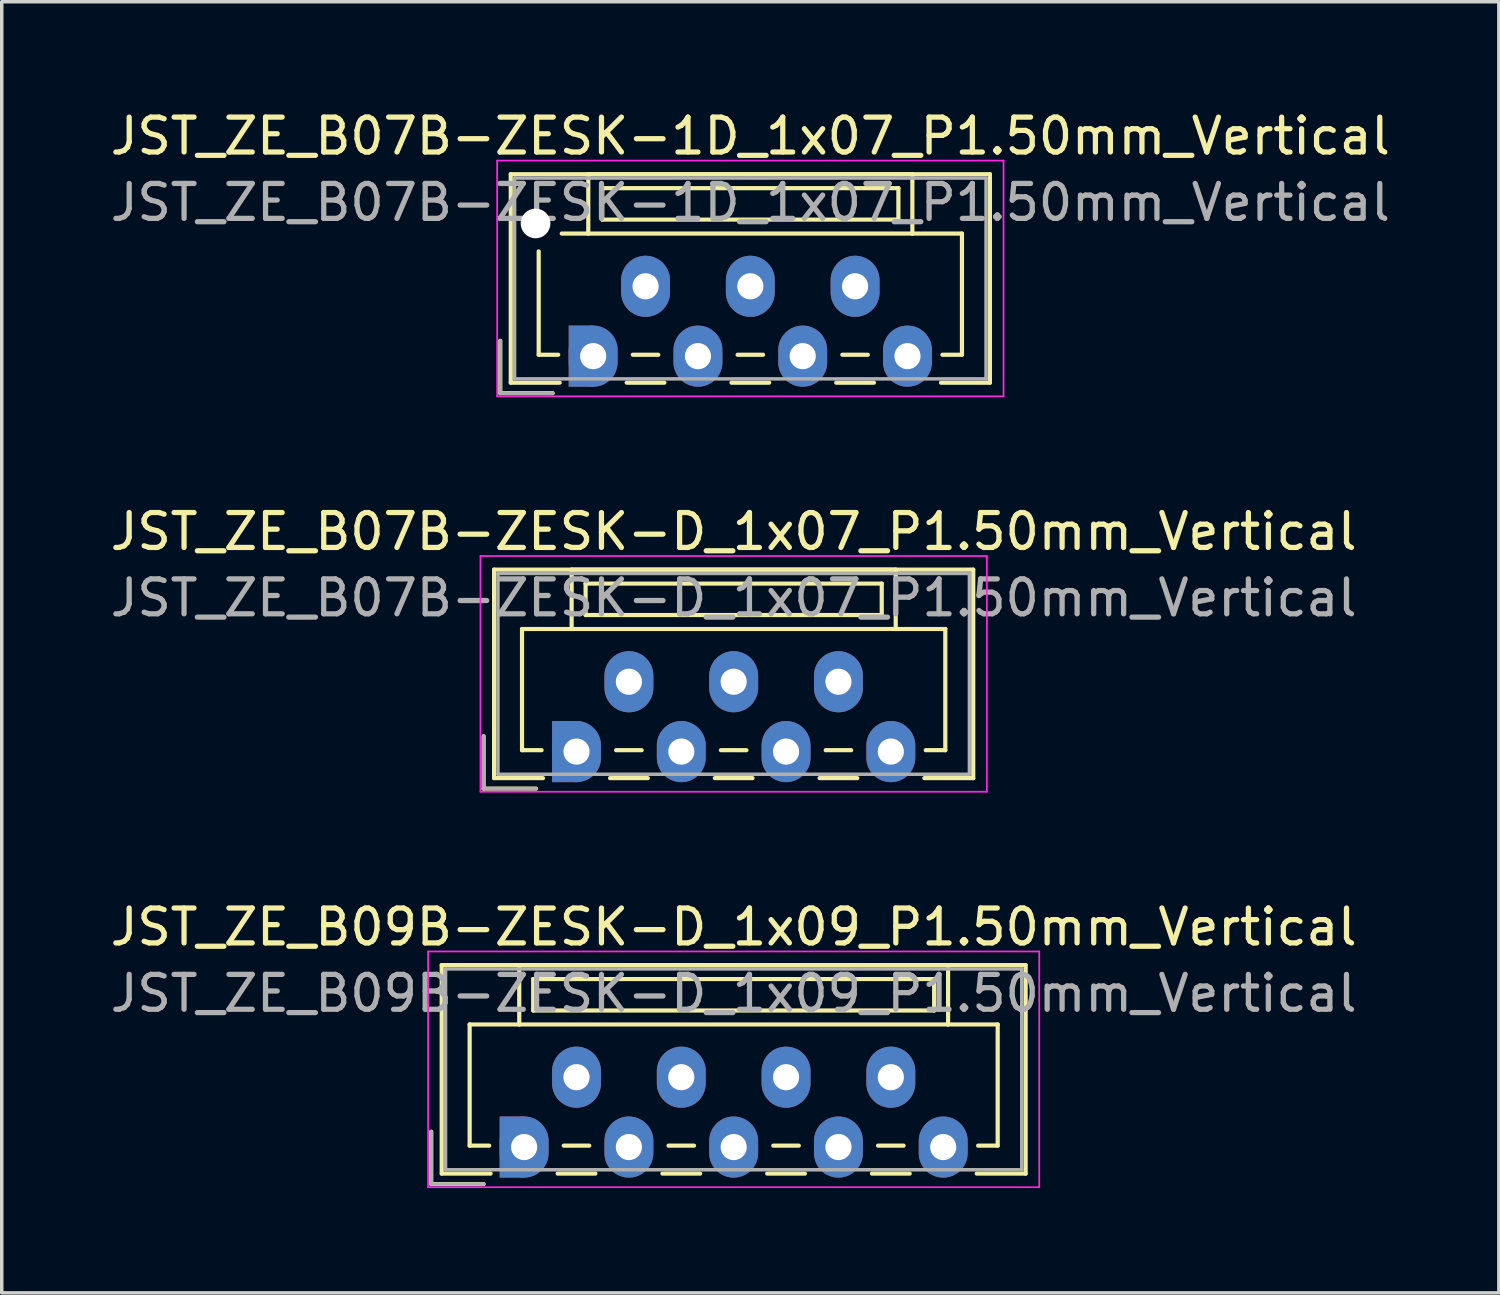
<source format=kicad_pcb>
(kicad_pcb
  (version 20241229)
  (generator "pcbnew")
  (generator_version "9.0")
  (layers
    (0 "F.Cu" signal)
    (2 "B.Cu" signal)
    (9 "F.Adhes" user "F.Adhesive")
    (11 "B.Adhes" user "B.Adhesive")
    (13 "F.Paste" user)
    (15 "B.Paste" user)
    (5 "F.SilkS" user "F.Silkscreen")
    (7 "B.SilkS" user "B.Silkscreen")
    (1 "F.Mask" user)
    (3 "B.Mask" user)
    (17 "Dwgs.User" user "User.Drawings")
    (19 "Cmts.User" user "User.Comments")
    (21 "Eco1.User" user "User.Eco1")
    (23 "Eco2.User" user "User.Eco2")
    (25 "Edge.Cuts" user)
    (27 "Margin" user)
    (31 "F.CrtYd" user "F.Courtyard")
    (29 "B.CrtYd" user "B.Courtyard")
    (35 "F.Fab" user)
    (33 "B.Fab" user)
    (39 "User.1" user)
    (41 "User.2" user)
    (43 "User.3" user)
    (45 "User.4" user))
  (footprint "JST_ZE_B07B-ZESK-1D_1x07_P1.50mm_Vertical"
    (layer "F.Cu")
    (at 13.935 7.148)
    (property "Reference" "JST_ZE_B07B-ZESK-1D_1x07_P1.50mm_Vertical" (at 4.5 -6.3 0) (layer "F.SilkS") (effects (font (size 1 1) (thickness 0.15))))
    (attr through_hole)
    (fp_line (start -2.66 -0.44) (end -2.66 1.06) (stroke (width 0.12) (type solid)) (layer "F.SilkS"))
    (fp_line (start -2.66 1.06) (end -1.16 1.06) (stroke (width 0.12) (type solid)) (layer "F.SilkS"))
    (fp_line (start -2.36 -5.21) (end 11.36 -5.21) (stroke (width 0.12) (type solid)) (layer "F.SilkS"))
    (fp_line (start -2.36 0.76) (end -2.36 -5.21) (stroke (width 0.12) (type solid)) (layer "F.SilkS"))
    (fp_line (start -1.56 -3) (end -1.56 -0.04) (stroke (width 0.12) (type solid)) (layer "F.SilkS"))
    (fp_line (start -1.56 -0.04) (end -1 -0.04) (stroke (width 0.12) (type solid)) (layer "F.SilkS"))
    (fp_line (start -0.96 0.76) (end -2.36 0.76) (stroke (width 0.12) (type solid)) (layer "F.SilkS"))
    (fp_line (start -0.14 -5.21) (end -0.14 -3.51) (stroke (width 0.12) (type solid)) (layer "F.SilkS"))
    (fp_line (start -0.14 -3.51) (end -0.9 -3.51) (stroke (width 0.12) (type solid)) (layer "F.SilkS"))
    (fp_line (start -0.14 -3.51) (end 9.14 -3.51) (stroke (width 0.12) (type solid)) (layer "F.SilkS"))
    (fp_line (start 0.26 -4.81) (end 0.26 -3.91) (stroke (width 0.12) (type solid)) (layer "F.SilkS"))
    (fp_line (start 0.26 -3.91) (end 8.74 -3.91) (stroke (width 0.12) (type solid)) (layer "F.SilkS"))
    (fp_line (start 0.96 0.76) (end 2.04 0.76) (stroke (width 0.12) (type solid)) (layer "F.SilkS"))
    (fp_line (start 1.135 -0.04) (end 1.865 -0.04) (stroke (width 0.12) (type solid)) (layer "F.SilkS"))
    (fp_line (start 3.96 0.76) (end 5.04 0.76) (stroke (width 0.12) (type solid)) (layer "F.SilkS"))
    (fp_line (start 4.135 -0.04) (end 4.865 -0.04) (stroke (width 0.12) (type solid)) (layer "F.SilkS"))
    (fp_line (start 6.96 0.76) (end 8.04 0.76) (stroke (width 0.12) (type solid)) (layer "F.SilkS"))
    (fp_line (start 7.135 -0.04) (end 7.865 -0.04) (stroke (width 0.12) (type solid)) (layer "F.SilkS"))
    (fp_line (start 8.74 -4.81) (end 0.26 -4.81) (stroke (width 0.12) (type solid)) (layer "F.SilkS"))
    (fp_line (start 8.74 -3.91) (end 8.74 -4.81) (stroke (width 0.12) (type solid)) (layer "F.SilkS"))
    (fp_line (start 9.14 -5.21) (end -0.14 -5.21) (stroke (width 0.12) (type solid)) (layer "F.SilkS"))
    (fp_line (start 9.14 -3.51) (end 9.14 -5.21) (stroke (width 0.12) (type solid)) (layer "F.SilkS"))
    (fp_line (start 9.14 -3.51) (end 10.56 -3.51) (stroke (width 0.12) (type solid)) (layer "F.SilkS"))
    (fp_line (start 10.56 -3.51) (end 10.56 -0.04) (stroke (width 0.12) (type solid)) (layer "F.SilkS"))
    (fp_line (start 10.56 -0.04) (end 10 -0.04) (stroke (width 0.12) (type solid)) (layer "F.SilkS"))
    (fp_line (start 11.36 -5.21) (end 11.36 0.76) (stroke (width 0.12) (type solid)) (layer "F.SilkS"))
    (fp_line (start 11.36 0.76) (end 9.96 0.76) (stroke (width 0.12) (type solid)) (layer "F.SilkS"))
    (fp_line (start -2.75 -5.6) (end -2.75 1.15) (stroke (width 0.05) (type solid)) (layer "F.CrtYd"))
    (fp_line (start -2.75 1.15) (end 11.75 1.15) (stroke (width 0.05) (type solid)) (layer "F.CrtYd"))
    (fp_line (start 11.75 -5.6) (end -2.75 -5.6) (stroke (width 0.05) (type solid)) (layer "F.CrtYd"))
    (fp_line (start 11.75 1.15) (end 11.75 -5.6) (stroke (width 0.05) (type solid)) (layer "F.CrtYd"))
    (fp_line (start -2.66 -0.44) (end -2.66 1.06) (stroke (width 0.1) (type solid)) (layer "F.Fab"))
    (fp_line (start -2.66 1.06) (end -1.16 1.06) (stroke (width 0.1) (type solid)) (layer "F.Fab"))
    (fp_line (start -2.25 -5.1) (end -2.25 0.65) (stroke (width 0.1) (type solid)) (layer "F.Fab"))
    (fp_line (start -2.25 0.65) (end 11.25 0.65) (stroke (width 0.1) (type solid)) (layer "F.Fab"))
    (fp_line (start 11.25 -5.1) (end -2.25 -5.1) (stroke (width 0.1) (type solid)) (layer "F.Fab"))
    (fp_line (start 11.25 0.65) (end 11.25 -5.1) (stroke (width 0.1) (type solid)) (layer "F.Fab"))
    (fp_text user "${REFERENCE}" (at 4.5 -4.4 0) (layer "F.Fab") (effects (font (size 1 1) (thickness 0.15))))
    (pad "" np_thru_hole circle (at -1.65 -3.8) (size 0.85 0.85) (drill 0.85) (layers "*.Cu" "*.Mask"))
    (pad "1" smd rect (at -0.35 0) (size 0.7 1.75) (layers "F.Cu" "F.Mask"))
    (pad "1" smd rect (at -0.35 0) (size 0.7 1.75) (layers "B.Cu" "B.Mask"))
    (pad "1" thru_hole oval (at 0 0) (size 1.4 1.75) (drill 0.75) (layers "*.Cu" "*.Mask"))
    (pad "2" thru_hole oval (at 1.5 -2) (size 1.4 1.75) (drill 0.75) (layers "*.Cu" "*.Mask"))
    (pad "3" thru_hole oval (at 3 0) (size 1.4 1.75) (drill 0.75) (layers "*.Cu" "*.Mask"))
    (pad "4" thru_hole oval (at 4.5 -2) (size 1.4 1.75) (drill 0.75) (layers "*.Cu" "*.Mask"))
    (pad "5" thru_hole oval (at 6 0) (size 1.4 1.75) (drill 0.75) (layers "*.Cu" "*.Mask"))
    (pad "6" thru_hole oval (at 7.5 -2) (size 1.4 1.75) (drill 0.75) (layers "*.Cu" "*.Mask"))
    (pad "7" thru_hole oval (at 9 0) (size 1.4 1.75) (drill 0.75) (layers "*.Cu" "*.Mask")))
  (footprint "JST_ZE_B07B-ZESK-D_1x07_P1.50mm_Vertical"
    (layer "F.Cu")
    (at 13.458 18.471)
    (property "Reference" "JST_ZE_B07B-ZESK-D_1x07_P1.50mm_Vertical" (at 4.5 -6.3 0) (layer "F.SilkS") (effects (font (size 1 1) (thickness 0.15))))
    (attr through_hole)
    (fp_line (start -2.66 -0.44) (end -2.66 1.06) (stroke (width 0.12) (type solid)) (layer "F.SilkS"))
    (fp_line (start -2.66 1.06) (end -1.16 1.06) (stroke (width 0.12) (type solid)) (layer "F.SilkS"))
    (fp_line (start -2.36 -5.21) (end 11.36 -5.21) (stroke (width 0.12) (type solid)) (layer "F.SilkS"))
    (fp_line (start -2.36 0.76) (end -2.36 -5.21) (stroke (width 0.12) (type solid)) (layer "F.SilkS"))
    (fp_line (start -1.56 -3.51) (end -1.56 -0.04) (stroke (width 0.12) (type solid)) (layer "F.SilkS"))
    (fp_line (start -1.56 -0.04) (end -1 -0.04) (stroke (width 0.12) (type solid)) (layer "F.SilkS"))
    (fp_line (start -0.96 0.76) (end -2.36 0.76) (stroke (width 0.12) (type solid)) (layer "F.SilkS"))
    (fp_line (start -0.14 -5.21) (end -0.14 -3.51) (stroke (width 0.12) (type solid)) (layer "F.SilkS"))
    (fp_line (start -0.14 -3.51) (end -1.56 -3.51) (stroke (width 0.12) (type solid)) (layer "F.SilkS"))
    (fp_line (start -0.14 -3.51) (end 9.14 -3.51) (stroke (width 0.12) (type solid)) (layer "F.SilkS"))
    (fp_line (start 0.26 -4.81) (end 0.26 -3.91) (stroke (width 0.12) (type solid)) (layer "F.SilkS"))
    (fp_line (start 0.26 -3.91) (end 8.74 -3.91) (stroke (width 0.12) (type solid)) (layer "F.SilkS"))
    (fp_line (start 0.96 0.76) (end 2.04 0.76) (stroke (width 0.12) (type solid)) (layer "F.SilkS"))
    (fp_line (start 1.135 -0.04) (end 1.865 -0.04) (stroke (width 0.12) (type solid)) (layer "F.SilkS"))
    (fp_line (start 3.96 0.76) (end 5.04 0.76) (stroke (width 0.12) (type solid)) (layer "F.SilkS"))
    (fp_line (start 4.135 -0.04) (end 4.865 -0.04) (stroke (width 0.12) (type solid)) (layer "F.SilkS"))
    (fp_line (start 6.96 0.76) (end 8.04 0.76) (stroke (width 0.12) (type solid)) (layer "F.SilkS"))
    (fp_line (start 7.135 -0.04) (end 7.865 -0.04) (stroke (width 0.12) (type solid)) (layer "F.SilkS"))
    (fp_line (start 8.74 -4.81) (end 0.26 -4.81) (stroke (width 0.12) (type solid)) (layer "F.SilkS"))
    (fp_line (start 8.74 -3.91) (end 8.74 -4.81) (stroke (width 0.12) (type solid)) (layer "F.SilkS"))
    (fp_line (start 9.14 -5.21) (end -0.14 -5.21) (stroke (width 0.12) (type solid)) (layer "F.SilkS"))
    (fp_line (start 9.14 -3.51) (end 9.14 -5.21) (stroke (width 0.12) (type solid)) (layer "F.SilkS"))
    (fp_line (start 9.14 -3.51) (end 10.56 -3.51) (stroke (width 0.12) (type solid)) (layer "F.SilkS"))
    (fp_line (start 10.56 -3.51) (end 10.56 -0.04) (stroke (width 0.12) (type solid)) (layer "F.SilkS"))
    (fp_line (start 10.56 -0.04) (end 10 -0.04) (stroke (width 0.12) (type solid)) (layer "F.SilkS"))
    (fp_line (start 11.36 -5.21) (end 11.36 0.76) (stroke (width 0.12) (type solid)) (layer "F.SilkS"))
    (fp_line (start 11.36 0.76) (end 9.96 0.76) (stroke (width 0.12) (type solid)) (layer "F.SilkS"))
    (fp_line (start -2.75 -5.6) (end -2.75 1.15) (stroke (width 0.05) (type solid)) (layer "F.CrtYd"))
    (fp_line (start -2.75 1.15) (end 11.75 1.15) (stroke (width 0.05) (type solid)) (layer "F.CrtYd"))
    (fp_line (start 11.75 -5.6) (end -2.75 -5.6) (stroke (width 0.05) (type solid)) (layer "F.CrtYd"))
    (fp_line (start 11.75 1.15) (end 11.75 -5.6) (stroke (width 0.05) (type solid)) (layer "F.CrtYd"))
    (fp_line (start -2.66 -0.44) (end -2.66 1.06) (stroke (width 0.1) (type solid)) (layer "F.Fab"))
    (fp_line (start -2.66 1.06) (end -1.16 1.06) (stroke (width 0.1) (type solid)) (layer "F.Fab"))
    (fp_line (start -2.25 -5.1) (end -2.25 0.65) (stroke (width 0.1) (type solid)) (layer "F.Fab"))
    (fp_line (start -2.25 0.65) (end 11.25 0.65) (stroke (width 0.1) (type solid)) (layer "F.Fab"))
    (fp_line (start 11.25 -5.1) (end -2.25 -5.1) (stroke (width 0.1) (type solid)) (layer "F.Fab"))
    (fp_line (start 11.25 0.65) (end 11.25 -5.1) (stroke (width 0.1) (type solid)) (layer "F.Fab"))
    (fp_text user "${REFERENCE}" (at 4.5 -4.4 0) (layer "F.Fab") (effects (font (size 1 1) (thickness 0.15))))
    (pad "1" smd rect (at -0.35 0) (size 0.7 1.75) (layers "F.Cu" "F.Mask"))
    (pad "1" smd rect (at -0.35 0) (size 0.7 1.75) (layers "B.Cu" "B.Mask"))
    (pad "1" thru_hole oval (at 0 0) (size 1.4 1.75) (drill 0.75) (layers "*.Cu" "*.Mask"))
    (pad "2" thru_hole oval (at 1.5 -2) (size 1.4 1.75) (drill 0.75) (layers "*.Cu" "*.Mask"))
    (pad "3" thru_hole oval (at 3 0) (size 1.4 1.75) (drill 0.75) (layers "*.Cu" "*.Mask"))
    (pad "4" thru_hole oval (at 4.5 -2) (size 1.4 1.75) (drill 0.75) (layers "*.Cu" "*.Mask"))
    (pad "5" thru_hole oval (at 6 0) (size 1.4 1.75) (drill 0.75) (layers "*.Cu" "*.Mask"))
    (pad "6" thru_hole oval (at 7.5 -2) (size 1.4 1.75) (drill 0.75) (layers "*.Cu" "*.Mask"))
    (pad "7" thru_hole oval (at 9 0) (size 1.4 1.75) (drill 0.75) (layers "*.Cu" "*.Mask")))
  (footprint "JST_ZE_B09B-ZESK-D_1x09_P1.50mm_Vertical"
    (layer "F.Cu")
    (at 11.958 29.795)
    (property "Reference" "JST_ZE_B09B-ZESK-D_1x09_P1.50mm_Vertical" (at 6 -6.3 0) (layer "F.SilkS") (effects (font (size 1 1) (thickness 0.15))))
    (attr through_hole)
    (fp_line (start -2.66 -0.44) (end -2.66 1.06) (stroke (width 0.12) (type solid)) (layer "F.SilkS"))
    (fp_line (start -2.66 1.06) (end -1.16 1.06) (stroke (width 0.12) (type solid)) (layer "F.SilkS"))
    (fp_line (start -2.36 -5.21) (end 14.36 -5.21) (stroke (width 0.12) (type solid)) (layer "F.SilkS"))
    (fp_line (start -2.36 0.76) (end -2.36 -5.21) (stroke (width 0.12) (type solid)) (layer "F.SilkS"))
    (fp_line (start -1.56 -3.51) (end -1.56 -0.04) (stroke (width 0.12) (type solid)) (layer "F.SilkS"))
    (fp_line (start -1.56 -0.04) (end -1 -0.04) (stroke (width 0.12) (type solid)) (layer "F.SilkS"))
    (fp_line (start -0.96 0.76) (end -2.36 0.76) (stroke (width 0.12) (type solid)) (layer "F.SilkS"))
    (fp_line (start -0.14 -5.21) (end -0.14 -3.51) (stroke (width 0.12) (type solid)) (layer "F.SilkS"))
    (fp_line (start -0.14 -3.51) (end -1.56 -3.51) (stroke (width 0.12) (type solid)) (layer "F.SilkS"))
    (fp_line (start -0.14 -3.51) (end 12.14 -3.51) (stroke (width 0.12) (type solid)) (layer "F.SilkS"))
    (fp_line (start 0.26 -4.81) (end 0.26 -3.91) (stroke (width 0.12) (type solid)) (layer "F.SilkS"))
    (fp_line (start 0.26 -3.91) (end 11.74 -3.91) (stroke (width 0.12) (type solid)) (layer "F.SilkS"))
    (fp_line (start 0.96 0.76) (end 2.04 0.76) (stroke (width 0.12) (type solid)) (layer "F.SilkS"))
    (fp_line (start 1.135 -0.04) (end 1.865 -0.04) (stroke (width 0.12) (type solid)) (layer "F.SilkS"))
    (fp_line (start 3.96 0.76) (end 5.04 0.76) (stroke (width 0.12) (type solid)) (layer "F.SilkS"))
    (fp_line (start 4.135 -0.04) (end 4.865 -0.04) (stroke (width 0.12) (type solid)) (layer "F.SilkS"))
    (fp_line (start 6.96 0.76) (end 8.04 0.76) (stroke (width 0.12) (type solid)) (layer "F.SilkS"))
    (fp_line (start 7.135 -0.04) (end 7.865 -0.04) (stroke (width 0.12) (type solid)) (layer "F.SilkS"))
    (fp_line (start 9.96 0.76) (end 11.04 0.76) (stroke (width 0.12) (type solid)) (layer "F.SilkS"))
    (fp_line (start 10.135 -0.04) (end 10.865 -0.04) (stroke (width 0.12) (type solid)) (layer "F.SilkS"))
    (fp_line (start 11.74 -4.81) (end 0.26 -4.81) (stroke (width 0.12) (type solid)) (layer "F.SilkS"))
    (fp_line (start 11.74 -3.91) (end 11.74 -4.81) (stroke (width 0.12) (type solid)) (layer "F.SilkS"))
    (fp_line (start 12.14 -5.21) (end -0.14 -5.21) (stroke (width 0.12) (type solid)) (layer "F.SilkS"))
    (fp_line (start 12.14 -3.51) (end 12.14 -5.21) (stroke (width 0.12) (type solid)) (layer "F.SilkS"))
    (fp_line (start 12.14 -3.51) (end 13.56 -3.51) (stroke (width 0.12) (type solid)) (layer "F.SilkS"))
    (fp_line (start 13.56 -3.51) (end 13.56 -0.04) (stroke (width 0.12) (type solid)) (layer "F.SilkS"))
    (fp_line (start 13.56 -0.04) (end 13 -0.04) (stroke (width 0.12) (type solid)) (layer "F.SilkS"))
    (fp_line (start 14.36 -5.21) (end 14.36 0.76) (stroke (width 0.12) (type solid)) (layer "F.SilkS"))
    (fp_line (start 14.36 0.76) (end 12.96 0.76) (stroke (width 0.12) (type solid)) (layer "F.SilkS"))
    (fp_line (start -2.75 -5.6) (end -2.75 1.15) (stroke (width 0.05) (type solid)) (layer "F.CrtYd"))
    (fp_line (start -2.75 1.15) (end 14.75 1.15) (stroke (width 0.05) (type solid)) (layer "F.CrtYd"))
    (fp_line (start 14.75 -5.6) (end -2.75 -5.6) (stroke (width 0.05) (type solid)) (layer "F.CrtYd"))
    (fp_line (start 14.75 1.15) (end 14.75 -5.6) (stroke (width 0.05) (type solid)) (layer "F.CrtYd"))
    (fp_line (start -2.66 -0.44) (end -2.66 1.06) (stroke (width 0.1) (type solid)) (layer "F.Fab"))
    (fp_line (start -2.66 1.06) (end -1.16 1.06) (stroke (width 0.1) (type solid)) (layer "F.Fab"))
    (fp_line (start -2.25 -5.1) (end -2.25 0.65) (stroke (width 0.1) (type solid)) (layer "F.Fab"))
    (fp_line (start -2.25 0.65) (end 14.25 0.65) (stroke (width 0.1) (type solid)) (layer "F.Fab"))
    (fp_line (start 14.25 -5.1) (end -2.25 -5.1) (stroke (width 0.1) (type solid)) (layer "F.Fab"))
    (fp_line (start 14.25 0.65) (end 14.25 -5.1) (stroke (width 0.1) (type solid)) (layer "F.Fab"))
    (fp_text user "${REFERENCE}" (at 6 -4.4 0) (layer "F.Fab") (effects (font (size 1 1) (thickness 0.15))))
    (pad "1" smd rect (at -0.35 0) (size 0.7 1.75) (layers "F.Cu" "F.Mask"))
    (pad "1" smd rect (at -0.35 0) (size 0.7 1.75) (layers "B.Cu" "B.Mask"))
    (pad "1" thru_hole oval (at 0 0) (size 1.4 1.75) (drill 0.75) (layers "*.Cu" "*.Mask"))
    (pad "2" thru_hole oval (at 1.5 -2) (size 1.4 1.75) (drill 0.75) (layers "*.Cu" "*.Mask"))
    (pad "3" thru_hole oval (at 3 0) (size 1.4 1.75) (drill 0.75) (layers "*.Cu" "*.Mask"))
    (pad "4" thru_hole oval (at 4.5 -2) (size 1.4 1.75) (drill 0.75) (layers "*.Cu" "*.Mask"))
    (pad "5" thru_hole oval (at 6 0) (size 1.4 1.75) (drill 0.75) (layers "*.Cu" "*.Mask"))
    (pad "6" thru_hole oval (at 7.5 -2) (size 1.4 1.75) (drill 0.75) (layers "*.Cu" "*.Mask"))
    (pad "7" thru_hole oval (at 9 0) (size 1.4 1.75) (drill 0.75) (layers "*.Cu" "*.Mask"))
    (pad "8" thru_hole oval (at 10.5 -2) (size 1.4 1.75) (drill 0.75) (layers "*.Cu" "*.Mask"))
    (pad "9" thru_hole oval (at 12 0) (size 1.4 1.75) (drill 0.75) (layers "*.Cu" "*.Mask")))
  (gr_rect
    (start -3 -3)
    (end 39.869 33.97)
    (stroke (width 0.1) (type default))
    (fill no)
    (layer "Edge.Cuts")))
</source>
